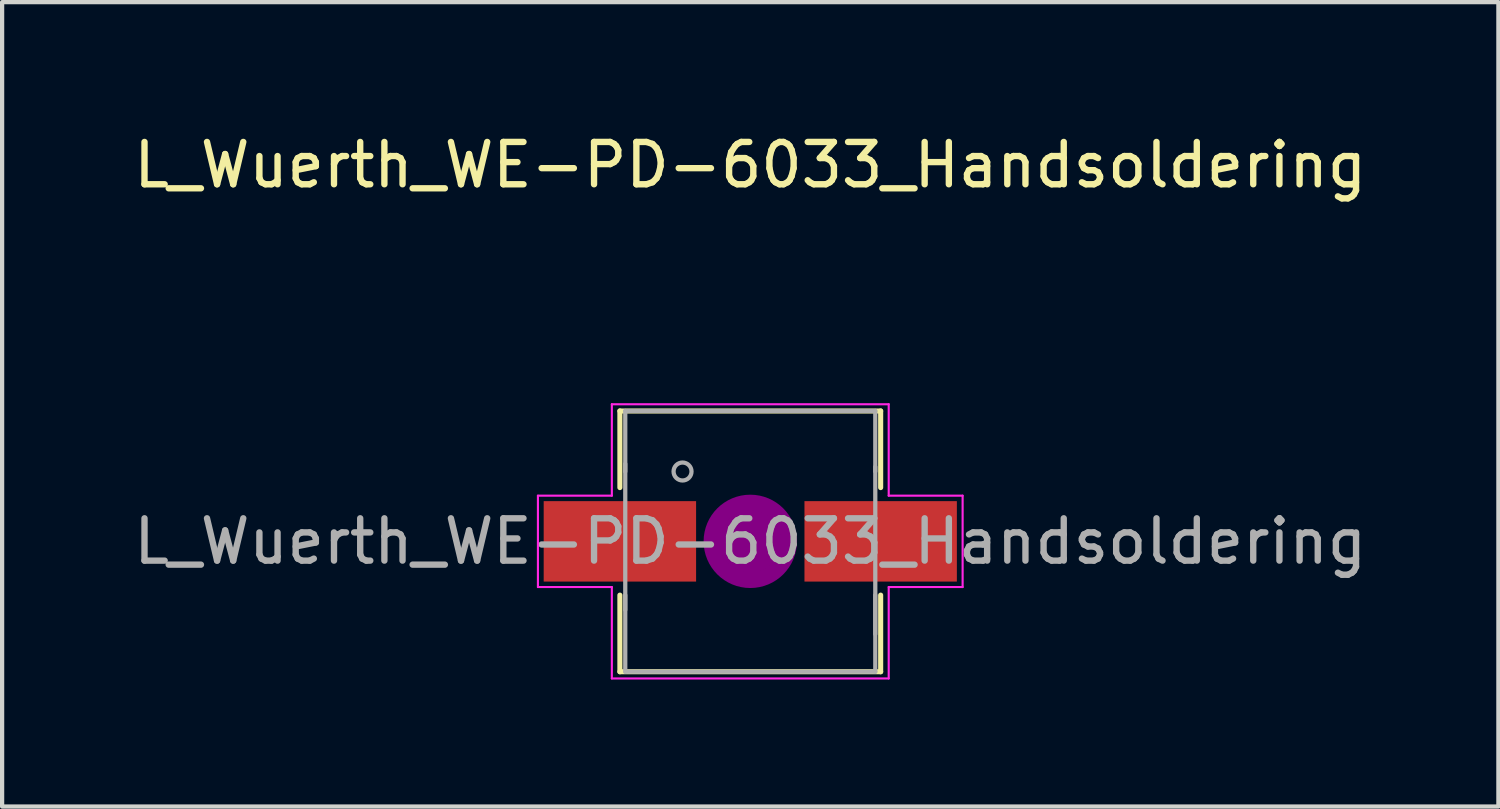
<source format=kicad_pcb>
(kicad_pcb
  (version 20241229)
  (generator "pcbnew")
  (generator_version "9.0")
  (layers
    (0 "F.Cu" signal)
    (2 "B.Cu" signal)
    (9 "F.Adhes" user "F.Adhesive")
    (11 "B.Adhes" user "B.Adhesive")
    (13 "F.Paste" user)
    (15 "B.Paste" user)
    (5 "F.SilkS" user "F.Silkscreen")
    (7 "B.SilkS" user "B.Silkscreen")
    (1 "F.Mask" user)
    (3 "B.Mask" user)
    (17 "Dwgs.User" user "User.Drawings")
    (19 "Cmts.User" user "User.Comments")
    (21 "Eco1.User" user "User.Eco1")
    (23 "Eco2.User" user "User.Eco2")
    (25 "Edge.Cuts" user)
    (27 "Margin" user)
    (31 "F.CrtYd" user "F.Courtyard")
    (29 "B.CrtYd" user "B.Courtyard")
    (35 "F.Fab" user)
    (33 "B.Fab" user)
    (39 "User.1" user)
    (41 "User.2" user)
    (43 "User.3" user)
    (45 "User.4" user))
  (footprint "L_Wuerth_WE-PD-6033_Handsoldering"
    (layer "F.Cu")
    (at 14.673 9.738)
    (property "Reference" "L_Wuerth_WE-PD-6033_Handsoldering" (at 0 -8.89 0) (layer "F.SilkS") (effects (font (size 1 1) (thickness 0.15))))
    (attr smd)
    (fp_line (start -3.08 -1.27) (end -3.08 -3.08) (stroke (width 0.12) (type solid)) (layer "F.SilkS"))
    (fp_line (start -3.08 1.27) (end -3.08 3.08) (stroke (width 0.12) (type solid)) (layer "F.SilkS"))
    (fp_line (start -3.08 3.08) (end 3.08 3.08) (stroke (width 0.12) (type solid)) (layer "F.SilkS"))
    (fp_line (start 3.08 -3.08) (end -3.08 -3.08) (stroke (width 0.12) (type solid)) (layer "F.SilkS"))
    (fp_line (start 3.08 -1.27) (end 3.08 -3.08) (stroke (width 0.12) (type solid)) (layer "F.SilkS"))
    (fp_line (start 3.08 3.08) (end 3.08 1.27) (stroke (width 0.12) (type solid)) (layer "F.SilkS"))
    (fp_circle (center 0 0) (end 0.15 0.15) (stroke (width 0.38) (type solid)) (fill no) (layer "F.Adhes"))
    (fp_circle (center 0 0) (end 0.55 0.05) (stroke (width 0.38) (type solid)) (fill no) (layer "F.Adhes"))
    (fp_circle (center 0 0) (end 0.9 0.15) (stroke (width 0.38) (type solid)) (fill no) (layer "F.Adhes"))
    (fp_line (start -5.016 -1.079) (end -5.016 1.079) (stroke (width 0.05) (type solid)) (layer "F.CrtYd"))
    (fp_line (start -5.016 1.079) (end -3.27 1.079) (stroke (width 0.05) (type solid)) (layer "F.CrtYd"))
    (fp_line (start -3.27 -3.239) (end -3.27 -1.079) (stroke (width 0.05) (type solid)) (layer "F.CrtYd"))
    (fp_line (start -3.27 -1.079) (end -5.016 -1.079) (stroke (width 0.05) (type solid)) (layer "F.CrtYd"))
    (fp_line (start -3.27 1.079) (end -3.27 3.239) (stroke (width 0.05) (type solid)) (layer "F.CrtYd"))
    (fp_line (start -3.27 3.239) (end 3.27 3.239) (stroke (width 0.05) (type solid)) (layer "F.CrtYd"))
    (fp_line (start 3.27 -3.239) (end -3.27 -3.239) (stroke (width 0.05) (type solid)) (layer "F.CrtYd"))
    (fp_line (start 3.27 -1.079) (end 3.27 -3.239) (stroke (width 0.05) (type solid)) (layer "F.CrtYd"))
    (fp_line (start 3.27 1.079) (end 5.016 1.079) (stroke (width 0.05) (type solid)) (layer "F.CrtYd"))
    (fp_line (start 3.27 3.239) (end 3.27 1.079) (stroke (width 0.05) (type solid)) (layer "F.CrtYd"))
    (fp_line (start 5.016 -1.079) (end 3.27 -1.079) (stroke (width 0.05) (type solid)) (layer "F.CrtYd"))
    (fp_line (start 5.016 1.079) (end 5.016 -1.079) (stroke (width 0.05) (type solid)) (layer "F.CrtYd"))
    (fp_line (start -2.953 -3.08) (end -2.953 -1.647) (stroke (width 0.1) (type solid)) (layer "F.Fab"))
    (fp_line (start -2.953 1.27) (end -2.953 3.08) (stroke (width 0.1) (type solid)) (layer "F.Fab"))
    (fp_line (start -2.953 1.619) (end -2.953 -1.831) (stroke (width 0.1) (type solid)) (layer "F.Fab"))
    (fp_line (start -2.953 3.08) (end 2.953 3.08) (stroke (width 0.1) (type solid)) (layer "F.Fab"))
    (fp_line (start 2.953 -3.08) (end -2.953 -3.08) (stroke (width 0.1) (type solid)) (layer "F.Fab"))
    (fp_line (start 2.953 -3.08) (end 2.953 -1.651) (stroke (width 0.1) (type solid)) (layer "F.Fab"))
    (fp_line (start 2.953 -1.759) (end 2.953 2.191) (stroke (width 0.1) (type solid)) (layer "F.Fab"))
    (fp_line (start 2.953 3.08) (end 2.953 1.27) (stroke (width 0.1) (type solid)) (layer "F.Fab"))
    (fp_circle (center -1.6 -1.65) (end -1.45 -1.5) (stroke (width 0.1) (type solid)) (fill no) (layer "F.Fab"))
    (fp_text user "${REFERENCE}" (at 0 0 0) (layer "F.Fab") (effects (font (size 1 1) (thickness 0.15))))
    (pad "1" smd rect (at -3.08 0) (size 3.6 1.9) (layers "F.Cu" "F.Mask" "F.Paste"))
    (pad "2" smd rect (at 3.08 0) (size 3.6 1.9) (layers "F.Cu" "F.Mask" "F.Paste")))
  (gr_rect
    (start -3 -3)
    (end 32.345 16.002)
    (stroke (width 0.1) (type default))
    (fill no)
    (layer "Edge.Cuts")))
</source>
